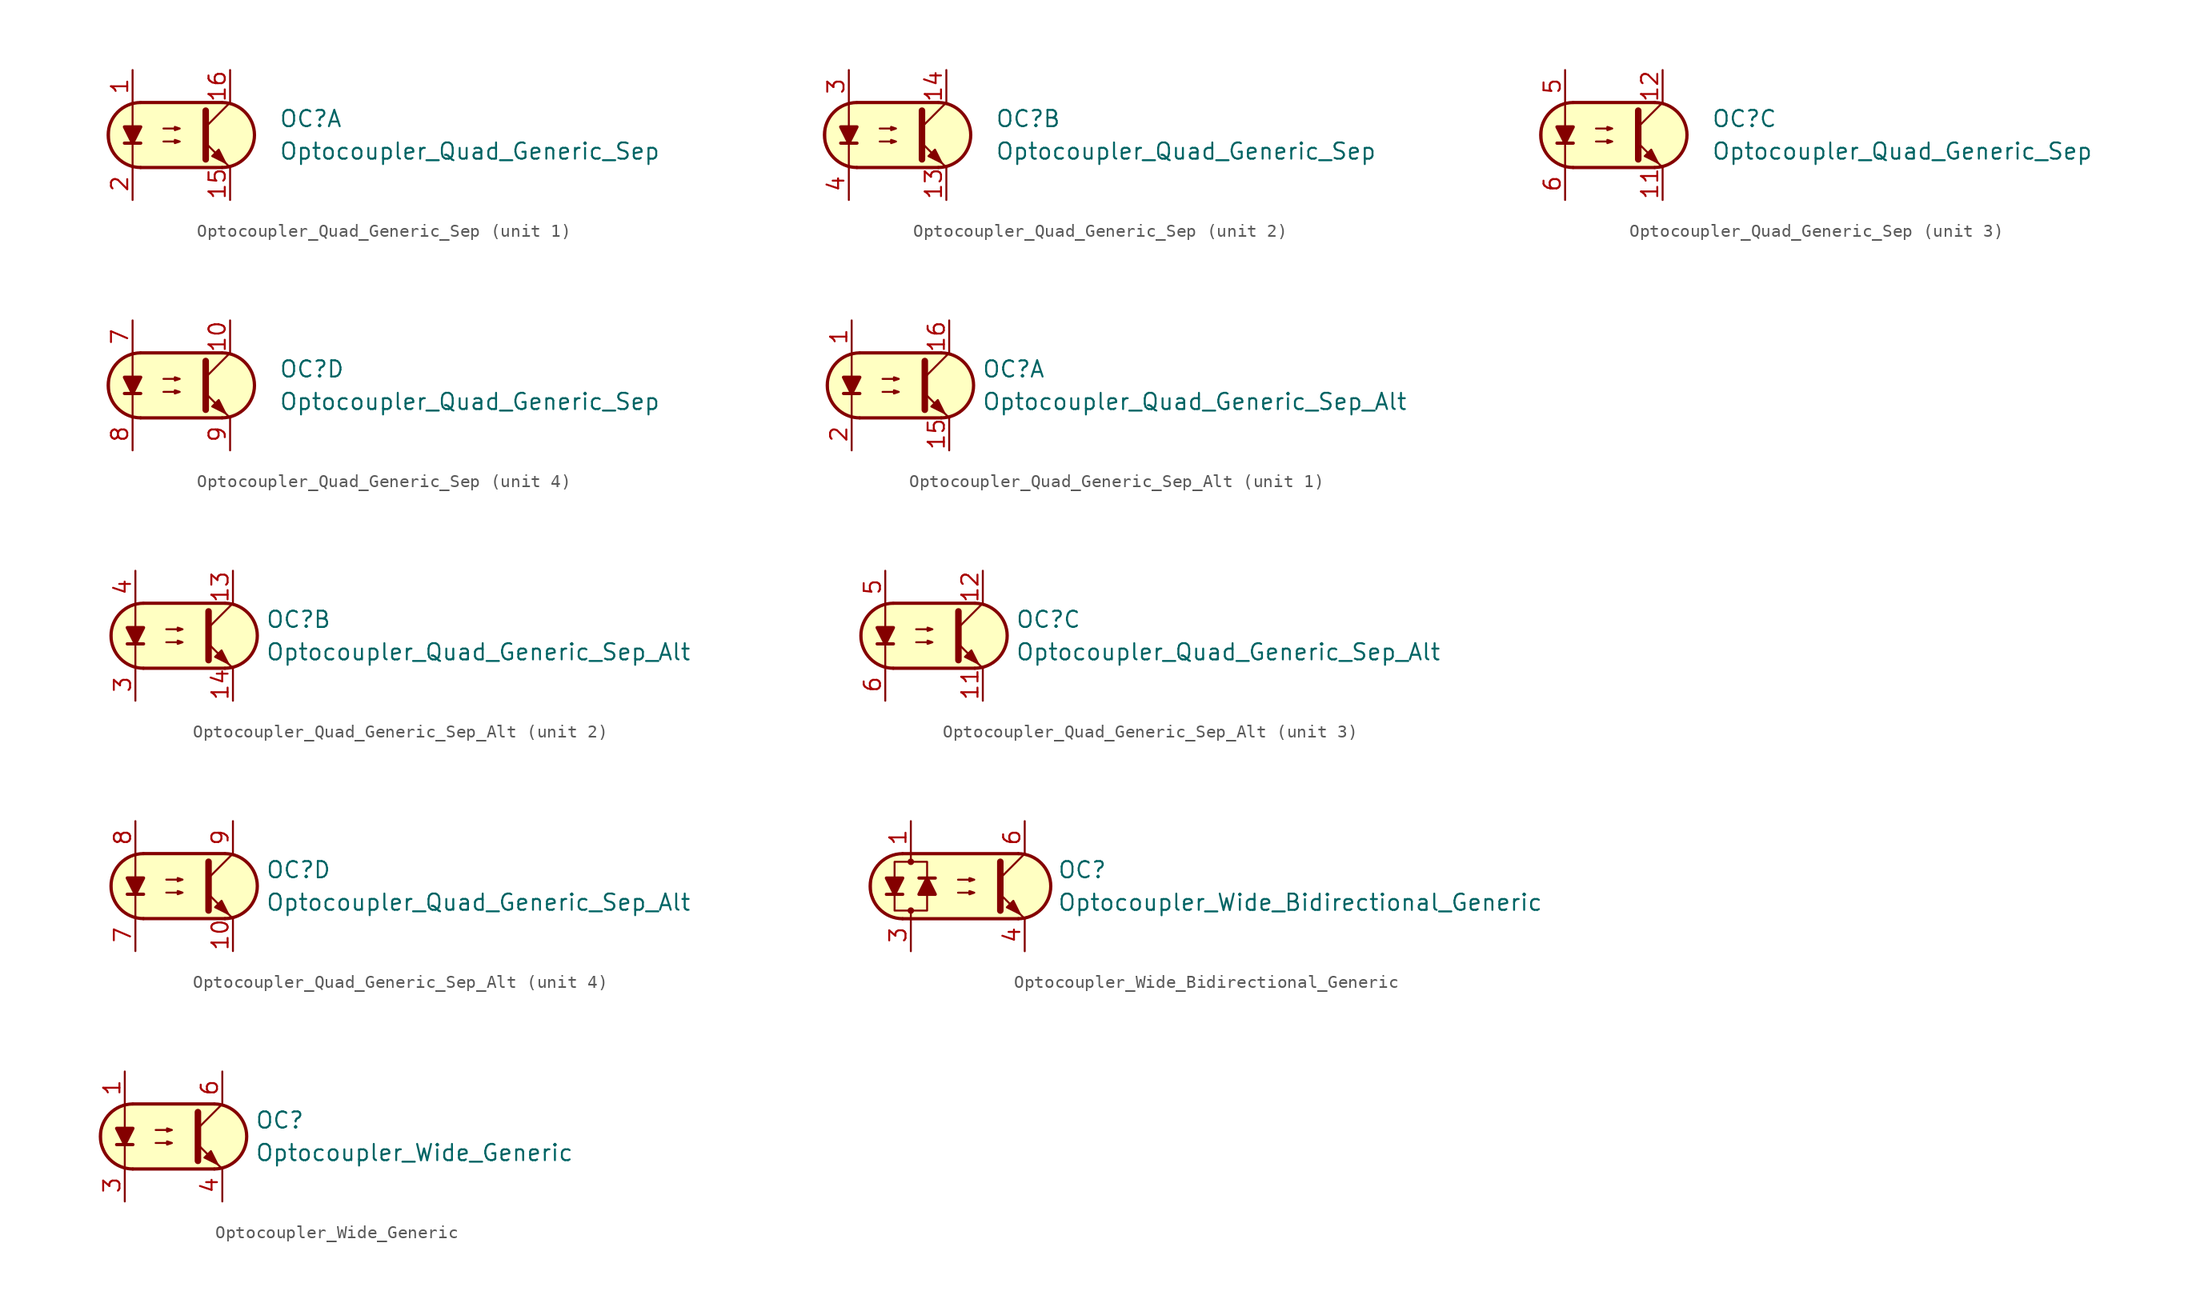
<source format=kicad_sym>
(kicad_symbol_lib
  (version 20211014)
  (generator kicad_symbol_editor)
  (symbol "Optocoupler_AKL:Optocoupler_Quad_Generic_Sep"
    (pin_names
      (offset 1.016))
    (property "Reference" "OC"
      (at 7.62 1.27 0)
      (effects (font (size 1.27 1.27)) (justify left)))
    (property "Value" "Optocoupler_Quad_Generic_Sep"
      (at 7.62 -1.27 0)
      (effects (font (size 1.27 1.27)) (justify left)))
    (property "ki_locked" ""
      (at 0 0 0)
      (effects (font (size 1.27 1.27))))
    (symbol "Optocoupler_Quad_Generic_Sep_0_1"
      (arc (start -3.1975 2.54) (mid -5.7151 0) (end -3.1975 -2.54) (stroke (width 0.254) (type default) (color 0 0 0 0)) (fill (type none)))
      (polyline (pts (xy -4.445 -0.635) (xy -3.175 -0.635)) (stroke (width 0.254) (type default) (color 0 0 0 0)) (fill (type none)))
      (polyline (pts (xy -3.175 2.54) (xy 3.175 2.54)) (stroke (width 0.254) (type default) (color 0 0 0 0)) (fill (type none)))
      (polyline (pts (xy 1.905 0.635) (xy 3.81 2.54)) (stroke (width 0) (type default) (color 0 0 0 0)) (fill (type none)))
      (polyline (pts (xy 3.175 -2.54) (xy -3.175 -2.54)) (stroke (width 0.254) (type default) (color 0 0 0 0)) (fill (type none)))
      (polyline (pts (xy 3.81 -2.54) (xy 1.905 -0.635)) (stroke (width 0) (type default) (color 0 0 0 0)) (fill (type outline)))
      (polyline (pts (xy -3.81 -2.54) (xy -3.81 -1.27) (xy -3.81 2.54)) (stroke (width 0.152) (type default) (color 0 0 0 0)) (fill (type none)))
      (polyline (pts (xy 1.905 1.905) (xy 1.905 -1.905) (xy 1.905 -1.905)) (stroke (width 0.508) (type default) (color 0 0 0 0)) (fill (type none)))
      (polyline (pts (xy -3.81 -0.635) (xy -4.445 0.635) (xy -3.175 0.635) (xy -3.81 -0.635)) (stroke (width 0.254) (type default) (color 0 0 0 0)) (fill (type outline)))
      (polyline (pts (xy -1.397 -0.508) (xy -0.127 -0.508) (xy -0.508 -0.635) (xy -0.508 -0.381) (xy -0.127 -0.508)) (stroke (width 0) (type default) (color 0 0 0 0)) (fill (type none)))
      (polyline (pts (xy -1.397 0.508) (xy -0.127 0.508) (xy -0.508 0.381) (xy -0.508 0.635) (xy -0.127 0.508)) (stroke (width 0) (type default) (color 0 0 0 0)) (fill (type none)))
      (polyline (pts (xy 2.413 -1.651) (xy 2.921 -1.143) (xy 3.429 -2.159) (xy 2.413 -1.651) (xy 2.413 -1.651)) (stroke (width 0) (type default) (color 0 0 0 0)) (fill (type outline)))
      (polyline (pts (xy -2.54 2.54) (xy 3.429 2.54) (xy 4.318 2.286) (xy 4.699 2.032) (xy 5.08 1.651) (xy 5.461 1.016) (xy 5.715 0.381) (xy 5.715 -0.381) (xy 5.461 -1.143) (xy 4.826 -1.905) (xy 4.191 -2.286) (xy 3.302 -2.54) (xy -3.81 -2.54) (xy -3.81 -2.54) (xy -4.572 -2.032) (xy -5.08 -1.778) (xy -5.588 -0.508) (xy -5.588 0.254) (xy -5.588 1.016) (xy -5.08 1.778) (xy -4.318 2.286) (xy -3.556 2.54) (xy -2.54 2.54)) (stroke (width 0.01) (type default) (color 0 0 0 0)) (fill (type background)))
      (arc (start 3.1975 -2.54) (mid 5.7151 0) (end 3.1975 2.54) (stroke (width 0.254) (type default) (color 0 0 0 0)) (fill (type none))))
    (symbol "Optocoupler_Quad_Generic_Sep_1_1"
      (pin passive line (at -3.81 5.08 270) (length 2.54) (name "~" (effects (font (size 1.27 1.27)))) (number "1" (effects (font (size 1.27 1.27)))))
      (pin passive line (at 3.81 -5.08 90) (length 2.54) (name "~" (effects (font (size 1.27 1.27)))) (number "15" (effects (font (size 1.27 1.27)))))
      (pin passive line (at 3.81 5.08 270) (length 2.54) (name "~" (effects (font (size 1.27 1.27)))) (number "16" (effects (font (size 1.27 1.27)))))
      (pin passive line (at -3.81 -5.08 90) (length 2.54) (name "~" (effects (font (size 1.27 1.27)))) (number "2" (effects (font (size 1.27 1.27))))))
    (symbol "Optocoupler_Quad_Generic_Sep_2_1"
      (pin passive line (at 3.81 -5.08 90) (length 2.54) (name "~" (effects (font (size 1.27 1.27)))) (number "13" (effects (font (size 1.27 1.27)))))
      (pin passive line (at 3.81 5.08 270) (length 2.54) (name "~" (effects (font (size 1.27 1.27)))) (number "14" (effects (font (size 1.27 1.27)))))
      (pin passive line (at -3.81 5.08 270) (length 2.54) (name "~" (effects (font (size 1.27 1.27)))) (number "3" (effects (font (size 1.27 1.27)))))
      (pin passive line (at -3.81 -5.08 90) (length 2.54) (name "~" (effects (font (size 1.27 1.27)))) (number "4" (effects (font (size 1.27 1.27))))))
    (symbol "Optocoupler_Quad_Generic_Sep_3_1"
      (pin passive line (at 3.81 -5.08 90) (length 2.54) (name "~" (effects (font (size 1.27 1.27)))) (number "11" (effects (font (size 1.27 1.27)))))
      (pin passive line (at 3.81 5.08 270) (length 2.54) (name "~" (effects (font (size 1.27 1.27)))) (number "12" (effects (font (size 1.27 1.27)))))
      (pin passive line (at -3.81 5.08 270) (length 2.54) (name "~" (effects (font (size 1.27 1.27)))) (number "5" (effects (font (size 1.27 1.27)))))
      (pin passive line (at -3.81 -5.08 90) (length 2.54) (name "~" (effects (font (size 1.27 1.27)))) (number "6" (effects (font (size 1.27 1.27))))))
    (symbol "Optocoupler_Quad_Generic_Sep_4_1"
      (pin passive line (at 3.81 5.08 270) (length 2.54) (name "~" (effects (font (size 1.27 1.27)))) (number "10" (effects (font (size 1.27 1.27)))))
      (pin passive line (at -3.81 5.08 270) (length 2.54) (name "~" (effects (font (size 1.27 1.27)))) (number "7" (effects (font (size 1.27 1.27)))))
      (pin passive line (at -3.81 -5.08 90) (length 2.54) (name "~" (effects (font (size 1.27 1.27)))) (number "8" (effects (font (size 1.27 1.27)))))
      (pin passive line (at 3.81 -5.08 90) (length 2.54) (name "~" (effects (font (size 1.27 1.27)))) (number "9" (effects (font (size 1.27 1.27)))))))
  (symbol "Optocoupler_AKL:Optocoupler_Quad_Generic_Sep_Alt"
    (pin_names
      (offset 1.016))
    (property "Reference" "OC"
      (at 6.35 1.27 0)
      (effects (font (size 1.27 1.27)) (justify left)))
    (property "Value" "Optocoupler_Quad_Generic_Sep_Alt"
      (at 6.35 -1.27 0)
      (effects (font (size 1.27 1.27)) (justify left)))
    (property "ki_locked" ""
      (at 0 0 0)
      (effects (font (size 1.27 1.27))))
    (symbol "Optocoupler_Quad_Generic_Sep_Alt_0_1"
      (arc (start -3.1975 2.54) (mid -5.7151 0) (end -3.1975 -2.54) (stroke (width 0.254) (type default) (color 0 0 0 0)) (fill (type none)))
      (polyline (pts (xy -4.445 -0.635) (xy -3.175 -0.635)) (stroke (width 0.254) (type default) (color 0 0 0 0)) (fill (type none)))
      (polyline (pts (xy -3.175 2.54) (xy 3.175 2.54)) (stroke (width 0.254) (type default) (color 0 0 0 0)) (fill (type none)))
      (polyline (pts (xy 1.905 0.635) (xy 3.81 2.54)) (stroke (width 0) (type default) (color 0 0 0 0)) (fill (type none)))
      (polyline (pts (xy 3.175 -2.54) (xy -3.175 -2.54)) (stroke (width 0.254) (type default) (color 0 0 0 0)) (fill (type none)))
      (polyline (pts (xy 3.81 -2.54) (xy 1.905 -0.635)) (stroke (width 0) (type default) (color 0 0 0 0)) (fill (type outline)))
      (polyline (pts (xy -3.81 -2.54) (xy -3.81 -1.27) (xy -3.81 2.54)) (stroke (width 0.152) (type default) (color 0 0 0 0)) (fill (type none)))
      (polyline (pts (xy 1.905 1.905) (xy 1.905 -1.905) (xy 1.905 -1.905)) (stroke (width 0.508) (type default) (color 0 0 0 0)) (fill (type none)))
      (polyline (pts (xy -3.81 -0.635) (xy -4.445 0.635) (xy -3.175 0.635) (xy -3.81 -0.635)) (stroke (width 0.254) (type default) (color 0 0 0 0)) (fill (type outline)))
      (polyline (pts (xy -1.397 -0.508) (xy -0.127 -0.508) (xy -0.508 -0.635) (xy -0.508 -0.381) (xy -0.127 -0.508)) (stroke (width 0) (type default) (color 0 0 0 0)) (fill (type none)))
      (polyline (pts (xy -1.397 0.508) (xy -0.127 0.508) (xy -0.508 0.381) (xy -0.508 0.635) (xy -0.127 0.508)) (stroke (width 0) (type default) (color 0 0 0 0)) (fill (type none)))
      (polyline (pts (xy 2.413 -1.651) (xy 2.921 -1.143) (xy 3.429 -2.159) (xy 2.413 -1.651) (xy 2.413 -1.651)) (stroke (width 0) (type default) (color 0 0 0 0)) (fill (type outline)))
      (polyline (pts (xy -2.54 2.54) (xy 3.429 2.54) (xy 4.318 2.286) (xy 4.699 2.032) (xy 5.08 1.651) (xy 5.461 1.016) (xy 5.715 0.381) (xy 5.715 -0.381) (xy 5.461 -1.143) (xy 4.826 -1.905) (xy 4.191 -2.286) (xy 3.302 -2.54) (xy -3.81 -2.54) (xy -3.81 -2.54) (xy -4.572 -2.032) (xy -5.08 -1.778) (xy -5.588 -0.508) (xy -5.588 0.254) (xy -5.588 1.016) (xy -5.08 1.778) (xy -4.318 2.286) (xy -3.556 2.54) (xy -2.54 2.54)) (stroke (width 0.01) (type default) (color 0 0 0 0)) (fill (type background)))
      (arc (start 3.1975 -2.54) (mid 5.7151 0) (end 3.1975 2.54) (stroke (width 0.254) (type default) (color 0 0 0 0)) (fill (type none))))
    (symbol "Optocoupler_Quad_Generic_Sep_Alt_1_1"
      (pin passive line (at -3.81 5.08 270) (length 2.54) (name "~" (effects (font (size 1.27 1.27)))) (number "1" (effects (font (size 1.27 1.27)))))
      (pin passive line (at 3.81 -5.08 90) (length 2.54) (name "~" (effects (font (size 1.27 1.27)))) (number "15" (effects (font (size 1.27 1.27)))))
      (pin passive line (at 3.81 5.08 270) (length 2.54) (name "~" (effects (font (size 1.27 1.27)))) (number "16" (effects (font (size 1.27 1.27)))))
      (pin passive line (at -3.81 -5.08 90) (length 2.54) (name "~" (effects (font (size 1.27 1.27)))) (number "2" (effects (font (size 1.27 1.27))))))
    (symbol "Optocoupler_Quad_Generic_Sep_Alt_2_1"
      (pin passive line (at 3.81 5.08 270) (length 2.54) (name "~" (effects (font (size 1.27 1.27)))) (number "13" (effects (font (size 1.27 1.27)))))
      (pin passive line (at 3.81 -5.08 90) (length 2.54) (name "~" (effects (font (size 1.27 1.27)))) (number "14" (effects (font (size 1.27 1.27)))))
      (pin passive line (at -3.81 -5.08 90) (length 2.54) (name "~" (effects (font (size 1.27 1.27)))) (number "3" (effects (font (size 1.27 1.27)))))
      (pin passive line (at -3.81 5.08 270) (length 2.54) (name "~" (effects (font (size 1.27 1.27)))) (number "4" (effects (font (size 1.27 1.27))))))
    (symbol "Optocoupler_Quad_Generic_Sep_Alt_3_1"
      (pin passive line (at 3.81 -5.08 90) (length 2.54) (name "~" (effects (font (size 1.27 1.27)))) (number "11" (effects (font (size 1.27 1.27)))))
      (pin passive line (at 3.81 5.08 270) (length 2.54) (name "~" (effects (font (size 1.27 1.27)))) (number "12" (effects (font (size 1.27 1.27)))))
      (pin passive line (at -3.81 5.08 270) (length 2.54) (name "~" (effects (font (size 1.27 1.27)))) (number "5" (effects (font (size 1.27 1.27)))))
      (pin passive line (at -3.81 -5.08 90) (length 2.54) (name "~" (effects (font (size 1.27 1.27)))) (number "6" (effects (font (size 1.27 1.27))))))
    (symbol "Optocoupler_Quad_Generic_Sep_Alt_4_1"
      (pin passive line (at 3.81 -5.08 90) (length 2.54) (name "~" (effects (font (size 1.27 1.27)))) (number "10" (effects (font (size 1.27 1.27)))))
      (pin passive line (at -3.81 -5.08 90) (length 2.54) (name "~" (effects (font (size 1.27 1.27)))) (number "7" (effects (font (size 1.27 1.27)))))
      (pin passive line (at -3.81 5.08 270) (length 2.54) (name "~" (effects (font (size 1.27 1.27)))) (number "8" (effects (font (size 1.27 1.27)))))
      (pin passive line (at 3.81 5.08 270) (length 2.54) (name "~" (effects (font (size 1.27 1.27)))) (number "9" (effects (font (size 1.27 1.27)))))))
  (symbol "Optocoupler_AKL:Optocoupler_Wide_Bidirectional_Generic"
    (pin_names
      (offset 1.016))
    (property "Reference" "OC"
      (at 7.62 1.27 0)
      (effects (font (size 1.27 1.27)) (justify left)))
    (property "Value" "Optocoupler_Wide_Bidirectional_Generic"
      (at 7.62 -1.27 0)
      (effects (font (size 1.27 1.27)) (justify left)))
    (symbol "Optocoupler_Wide_Bidirectional_Generic_0_1"
      (arc (start -4.4675 2.54) (mid -6.9851 0) (end -4.4675 -2.54) (stroke (width 0.254) (type default) (color 0 0 0 0)) (fill (type none)))
      (circle (center -3.81 -1.905) (radius 0.178) (stroke (width 0)) (stroke (width 0) (type default) (color 0 0 0 0)) (fill (type outline)))
      (circle (center -3.81 1.905) (radius 0.178) (stroke (width 0)) (stroke (width 0) (type default) (color 0 0 0 0)) (fill (type outline)))
      (polyline (pts (xy -5.715 -0.635) (xy -4.445 -0.635)) (stroke (width 0.254) (type default) (color 0 0 0 0)) (fill (type none)))
      (polyline (pts (xy -4.445 2.54) (xy 4.572 2.54)) (stroke (width 0.254) (type default) (color 0 0 0 0)) (fill (type none)))
      (polyline (pts (xy -3.81 1.905) (xy -3.81 2.54)) (stroke (width 0.152) (type default) (color 0 0 0 0)) (fill (type none)))
      (polyline (pts (xy -1.905 0.635) (xy -3.175 0.635)) (stroke (width 0.254) (type default) (color 0 0 0 0)) (fill (type none)))
      (polyline (pts (xy 3.175 0.635) (xy 5.08 2.54)) (stroke (width 0) (type default) (color 0 0 0 0)) (fill (type none)))
      (polyline (pts (xy 4.572 -2.54) (xy -4.445 -2.54)) (stroke (width 0.254) (type default) (color 0 0 0 0)) (fill (type none)))
      (polyline (pts (xy 5.08 -2.54) (xy 3.175 -0.635)) (stroke (width 0) (type default) (color 0 0 0 0)) (fill (type outline)))
      (polyline (pts (xy 3.175 1.905) (xy 3.175 -1.905) (xy 3.175 -1.905)) (stroke (width 0.508) (type default) (color 0 0 0 0)) (fill (type none)))
      (polyline (pts (xy -5.08 -0.635) (xy -5.715 0.635) (xy -4.445 0.635) (xy -5.08 -0.635)) (stroke (width 0.254) (type default) (color 0 0 0 0)) (fill (type outline)))
      (polyline (pts (xy -2.54 0.635) (xy -1.905 -0.635) (xy -3.175 -0.635) (xy -2.54 0.635)) (stroke (width 0.254) (type default) (color 0 0 0 0)) (fill (type outline)))
      (polyline (pts (xy -0.127 -0.508) (xy 1.143 -0.508) (xy 0.762 -0.635) (xy 0.762 -0.381) (xy 1.143 -0.508)) (stroke (width 0) (type default) (color 0 0 0 0)) (fill (type none)))
      (polyline (pts (xy -0.127 0.508) (xy 1.143 0.508) (xy 0.762 0.381) (xy 0.762 0.635) (xy 1.143 0.508)) (stroke (width 0) (type default) (color 0 0 0 0)) (fill (type none)))
      (polyline (pts (xy 3.683 -1.651) (xy 4.191 -1.143) (xy 4.699 -2.159) (xy 3.683 -1.651) (xy 3.683 -1.651)) (stroke (width 0) (type default) (color 0 0 0 0)) (fill (type outline)))
      (polyline (pts (xy -3.81 -2.54) (xy -3.81 -1.905) (xy -5.08 -1.905) (xy -5.08 1.905) (xy -2.54 1.905) (xy -2.54 -1.905) (xy -3.81 -1.905)) (stroke (width 0.152) (type default) (color 0 0 0 0)) (fill (type none)))
      (polyline (pts (xy -3.81 2.54) (xy 4.826 2.54) (xy 5.334 2.413) (xy 5.969 2.159) (xy 6.604 1.524) (xy 6.985 0.762) (xy 7.112 0) (xy 6.985 -0.889) (xy 6.477 -1.651) (xy 5.969 -2.159) (xy 5.334 -2.413) (xy 4.699 -2.54) (xy -5.08 -2.54) (xy -5.08 -2.54) (xy -5.842 -2.032) (xy -6.35 -1.778) (xy -6.858 -0.508) (xy -6.858 0.254) (xy -6.858 1.016) (xy -6.35 1.778) (xy -5.588 2.286) (xy -4.826 2.54) (xy -3.81 2.54)) (stroke (width 0.01) (type default) (color 0 0 0 0)) (fill (type background)))
      (arc (start 4.5945 -2.54) (mid 7.1121 0) (end 4.5945 2.54) (stroke (width 0.254) (type default) (color 0 0 0 0)) (fill (type none))))
    (symbol "Optocoupler_Wide_Bidirectional_Generic_1_1"
      (pin passive line (at -3.81 5.08 270) (length 2.54) (name "~" (effects (font (size 1.27 1.27)))) (number "1" (effects (font (size 1.27 1.27)))))
      (pin passive line (at -3.81 -5.08 90) (length 2.54) (name "~" (effects (font (size 1.27 1.27)))) (number "3" (effects (font (size 1.27 1.27)))))
      (pin passive line (at 5.08 -5.08 90) (length 2.54) (name "~" (effects (font (size 1.27 1.27)))) (number "4" (effects (font (size 1.27 1.27)))))
      (pin passive line (at 5.08 5.08 270) (length 2.54) (name "~" (effects (font (size 1.27 1.27)))) (number "6" (effects (font (size 1.27 1.27)))))))
  (symbol "Optocoupler_AKL:Optocoupler_Wide_Generic"
    (pin_names
      (offset 1.016))
    (property "Reference" "OC"
      (at 6.35 1.27 0)
      (effects (font (size 1.27 1.27)) (justify left)))
    (property "Value" "Optocoupler_Wide_Generic"
      (at 6.35 -1.27 0)
      (effects (font (size 1.27 1.27)) (justify left)))
    (symbol "Optocoupler_Wide_Generic_0_1"
      (arc (start -3.1975 2.54) (mid -5.7151 0) (end -3.1975 -2.54) (stroke (width 0.254) (type default) (color 0 0 0 0)) (fill (type none)))
      (polyline (pts (xy -4.445 -0.635) (xy -3.175 -0.635)) (stroke (width 0.254) (type default) (color 0 0 0 0)) (fill (type none)))
      (polyline (pts (xy -3.175 2.54) (xy 3.175 2.54)) (stroke (width 0.254) (type default) (color 0 0 0 0)) (fill (type none)))
      (polyline (pts (xy 1.905 0.635) (xy 3.81 2.54)) (stroke (width 0) (type default) (color 0 0 0 0)) (fill (type none)))
      (polyline (pts (xy 3.175 -2.54) (xy -3.175 -2.54)) (stroke (width 0.254) (type default) (color 0 0 0 0)) (fill (type none)))
      (polyline (pts (xy 3.81 -2.54) (xy 1.905 -0.635)) (stroke (width 0) (type default) (color 0 0 0 0)) (fill (type outline)))
      (polyline (pts (xy -3.81 -2.54) (xy -3.81 -1.27) (xy -3.81 2.54)) (stroke (width 0.152) (type default) (color 0 0 0 0)) (fill (type none)))
      (polyline (pts (xy 1.905 1.905) (xy 1.905 -1.905) (xy 1.905 -1.905)) (stroke (width 0.508) (type default) (color 0 0 0 0)) (fill (type none)))
      (polyline (pts (xy -3.81 -0.635) (xy -4.445 0.635) (xy -3.175 0.635) (xy -3.81 -0.635)) (stroke (width 0.254) (type default) (color 0 0 0 0)) (fill (type outline)))
      (polyline (pts (xy -1.397 -0.508) (xy -0.127 -0.508) (xy -0.508 -0.635) (xy -0.508 -0.381) (xy -0.127 -0.508)) (stroke (width 0) (type default) (color 0 0 0 0)) (fill (type none)))
      (polyline (pts (xy -1.397 0.508) (xy -0.127 0.508) (xy -0.508 0.381) (xy -0.508 0.635) (xy -0.127 0.508)) (stroke (width 0) (type default) (color 0 0 0 0)) (fill (type none)))
      (polyline (pts (xy 2.413 -1.651) (xy 2.921 -1.143) (xy 3.429 -2.159) (xy 2.413 -1.651) (xy 2.413 -1.651)) (stroke (width 0) (type default) (color 0 0 0 0)) (fill (type outline)))
      (polyline (pts (xy -2.54 2.54) (xy 3.429 2.54) (xy 4.318 2.286) (xy 4.699 2.032) (xy 5.08 1.651) (xy 5.461 1.016) (xy 5.715 0.381) (xy 5.715 -0.381) (xy 5.461 -1.143) (xy 4.826 -1.905) (xy 4.191 -2.286) (xy 3.302 -2.54) (xy -3.81 -2.54) (xy -3.81 -2.54) (xy -4.572 -2.032) (xy -5.08 -1.778) (xy -5.588 -0.508) (xy -5.588 0.254) (xy -5.588 1.016) (xy -5.08 1.778) (xy -4.318 2.286) (xy -3.556 2.54) (xy -2.54 2.54)) (stroke (width 0.01) (type default) (color 0 0 0 0)) (fill (type background)))
      (arc (start 3.1975 -2.54) (mid 5.7151 0) (end 3.1975 2.54) (stroke (width 0.254) (type default) (color 0 0 0 0)) (fill (type none))))
    (symbol "Optocoupler_Wide_Generic_1_1"
      (pin passive line (at -3.81 5.08 270) (length 2.54) (name "~" (effects (font (size 1.27 1.27)))) (number "1" (effects (font (size 1.27 1.27)))))
      (pin passive line (at -3.81 -5.08 90) (length 2.54) (name "~" (effects (font (size 1.27 1.27)))) (number "3" (effects (font (size 1.27 1.27)))))
      (pin passive line (at 3.81 -5.08 90) (length 2.54) (name "~" (effects (font (size 1.27 1.27)))) (number "4" (effects (font (size 1.27 1.27)))))
      (pin passive line (at 3.81 5.08 270) (length 2.54) (name "~" (effects (font (size 1.27 1.27)))) (number "6" (effects (font (size 1.27 1.27))))))))
</source>
